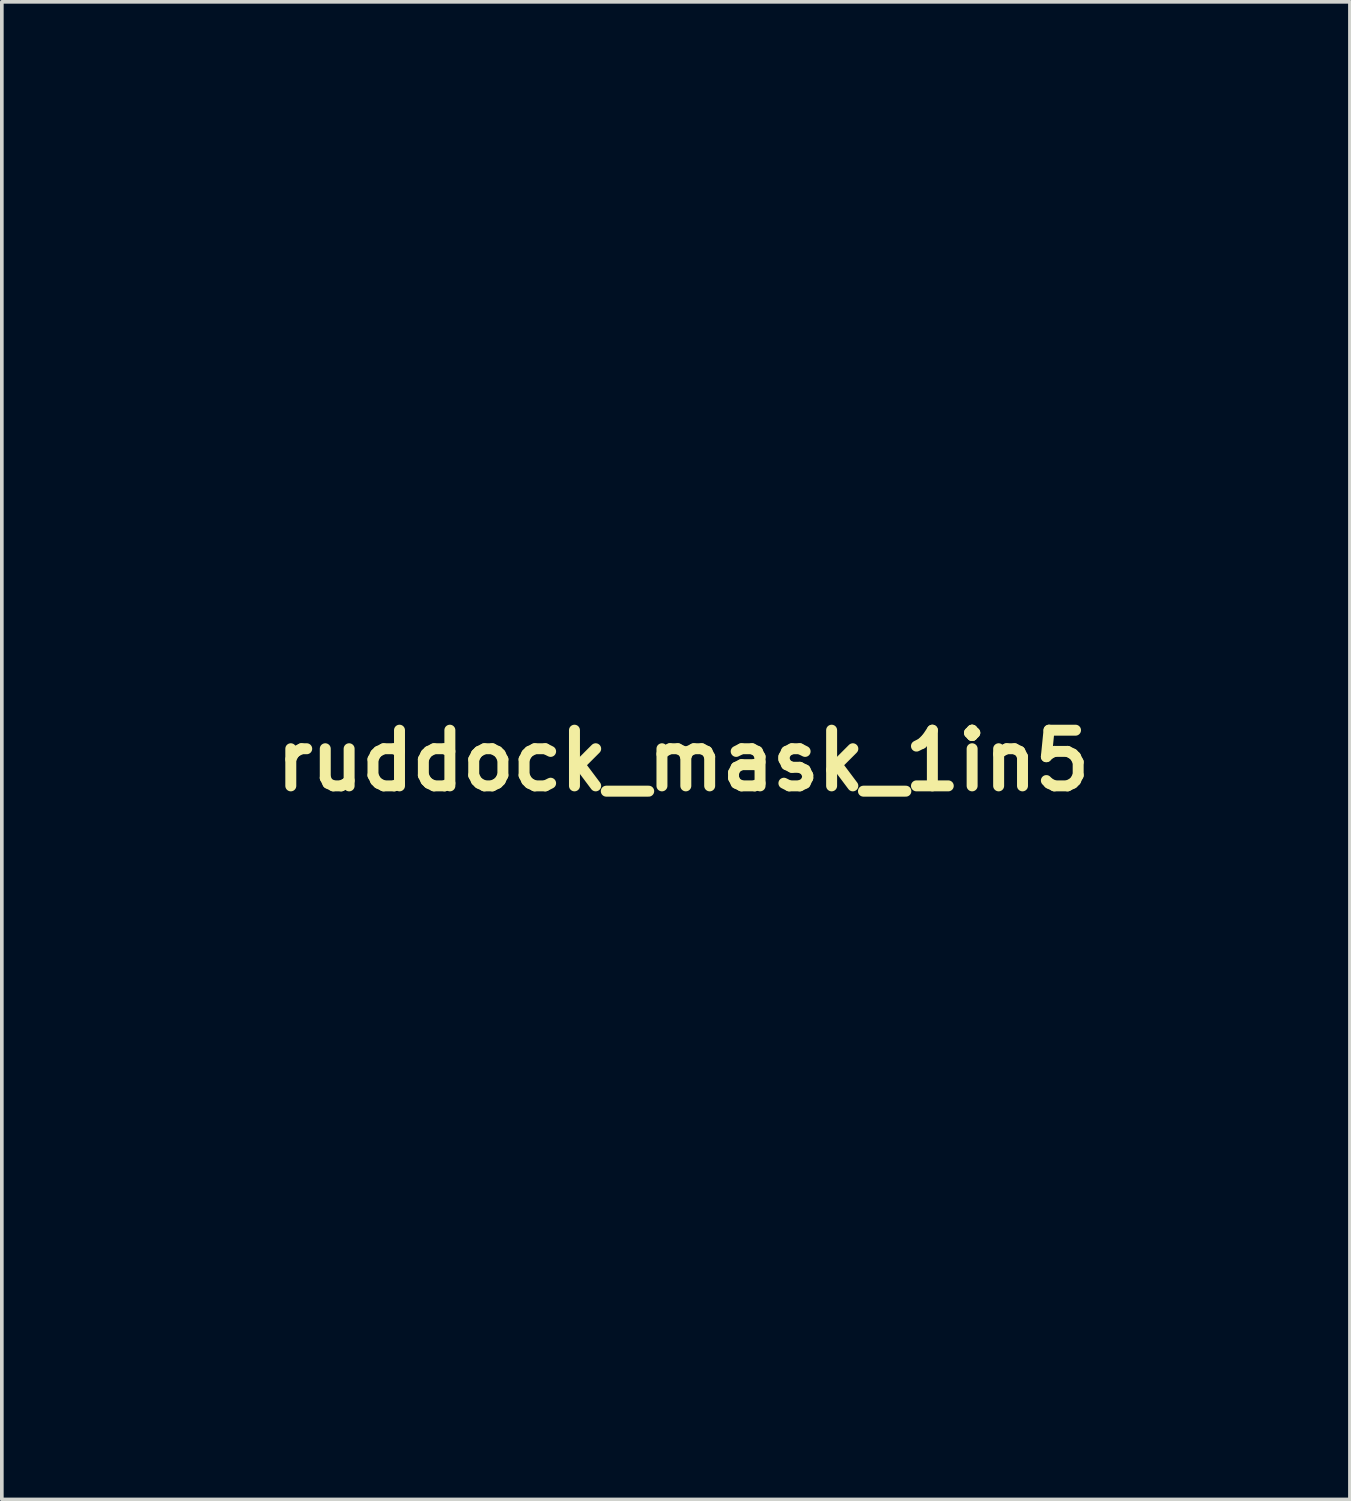
<source format=kicad_pcb>
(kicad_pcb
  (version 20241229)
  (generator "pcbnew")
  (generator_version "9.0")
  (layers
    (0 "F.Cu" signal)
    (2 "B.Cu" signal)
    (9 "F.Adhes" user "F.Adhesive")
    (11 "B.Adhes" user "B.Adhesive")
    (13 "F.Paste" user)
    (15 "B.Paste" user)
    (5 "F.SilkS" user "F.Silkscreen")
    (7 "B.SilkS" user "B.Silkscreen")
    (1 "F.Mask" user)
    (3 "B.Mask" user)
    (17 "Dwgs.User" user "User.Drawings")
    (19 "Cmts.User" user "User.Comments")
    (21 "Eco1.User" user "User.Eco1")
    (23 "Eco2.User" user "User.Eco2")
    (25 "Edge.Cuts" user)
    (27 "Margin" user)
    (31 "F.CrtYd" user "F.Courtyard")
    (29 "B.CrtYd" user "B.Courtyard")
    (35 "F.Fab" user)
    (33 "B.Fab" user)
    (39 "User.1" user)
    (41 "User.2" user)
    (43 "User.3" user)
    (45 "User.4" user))
  (footprint "ruddock_mask_1in5"
    (layer "F.Cu")
    (at 15.651 17.773)
    (property "Reference" "ruddock_mask_1in5" (at 0 0 0) (layer "F.SilkS") (effects (font (size 1.524 1.524) (thickness 0.3))))
    (attr through_hole)
    (fp_poly (pts (xy -9.817 7.021) (xy -9.693 7.072) (xy -9.518 7.156) (xy -9.314 7.262) (xy -9.097 7.382) (xy -8.887 7.504) (xy -8.703 7.619) (xy -8.586 7.7) (xy -8.406 7.846) (xy -8.237 8.009) (xy -8.124 8.14) (xy -8.038 8.266) (xy -7.993 8.37) (xy -7.981 8.491) (xy -7.992 8.671) (xy -7.993 8.687) (xy -8.015 8.853) (xy -8.055 9.091) (xy -8.11 9.376) (xy -8.174 9.68) (xy -8.207 9.83) (xy -8.279 10.153) (xy -8.329 10.403) (xy -8.36 10.604) (xy -8.374 10.783) (xy -8.376 10.963) (xy -8.37 11.125) (xy -8.34 11.468) (xy -8.275 11.75) (xy -8.162 12.007) (xy -7.989 12.278) (xy -7.923 12.366) (xy -7.806 12.533) (xy -7.758 12.651) (xy -7.786 12.743) (xy -7.896 12.83) (xy -8.077 12.928) (xy -8.358 13.041) (xy -8.634 13.08) (xy -8.919 13.057) (xy -9.282 12.959) (xy -9.58 12.784) (xy -9.816 12.529) (xy -9.993 12.191) (xy -10.01 12.146) (xy -10.076 11.987) (xy -10.139 11.876) (xy -10.183 11.836) (xy -10.253 11.87) (xy -10.355 11.955) (xy -10.383 11.983) (xy -10.515 12.089) (xy -10.687 12.165) (xy -10.917 12.216) (xy -11.223 12.247) (xy -11.411 12.256) (xy -11.875 12.274) (xy -11.78 12.144) (xy -11.728 12.034) (xy -11.672 11.856) (xy -11.621 11.641) (xy -11.607 11.566) (xy -11.54 11.235) (xy -11.462 10.98) (xy -11.365 10.777) (xy -11.317 10.701) (xy -11.281 10.619) (xy -11.328 10.561) (xy -11.348 10.548) (xy -11.687 10.303) (xy -11.947 10.021) (xy -12.106 9.765) (xy -12.285 9.475) (xy -12.478 9.252) (xy -12.673 9.108) (xy -12.79 9.064) (xy -12.91 9.036) (xy -12.979 9.018) (xy -12.981 8.992) (xy -12.908 8.947) (xy -12.783 8.892) (xy -12.63 8.837) (xy -12.471 8.789) (xy -12.33 8.759) (xy -12.306 8.756) (xy -12.15 8.748) (xy -12.026 8.774) (xy -11.888 8.848) (xy -11.828 8.888) (xy -11.663 8.982) (xy -11.444 9.088) (xy -11.215 9.183) (xy -11.179 9.197) (xy -10.802 9.307) (xy -10.477 9.344) (xy -10.211 9.309) (xy -10.007 9.203) (xy -9.883 9.047) (xy -9.822 8.862) (xy -9.785 8.6) (xy -9.772 8.282) (xy -9.784 7.932) (xy -9.822 7.572) (xy -9.823 7.57) (xy -9.852 7.349) (xy -9.871 7.168) (xy -9.878 7.048) (xy -9.874 7.012) (xy -9.817 7.021)) (stroke (width 0.01) (type solid)) (fill yes) (layer "F.Mask"))
    (fp_poly (pts (xy 9.754 6.194) (xy 9.759 6.289) (xy 9.772 6.459) (xy 9.793 6.686) (xy 9.818 6.952) (xy 9.846 7.241) (xy 9.876 7.532) (xy 9.906 7.81) (xy 9.933 8.056) (xy 9.956 8.252) (xy 9.973 8.381) (xy 9.982 8.424) (xy 10.056 8.435) (xy 10.205 8.41) (xy 10.41 8.354) (xy 10.652 8.273) (xy 10.914 8.172) (xy 11.145 8.072) (xy 11.513 7.919) (xy 11.893 7.792) (xy 12.259 7.698) (xy 12.588 7.641) (xy 12.855 7.629) (xy 12.872 7.63) (xy 13.08 7.645) (xy 12.818 7.813) (xy 12.569 8.024) (xy 12.328 8.333) (xy 12.097 8.734) (xy 11.998 8.945) (xy 11.916 9.12) (xy 11.846 9.23) (xy 11.76 9.301) (xy 11.629 9.361) (xy 11.533 9.398) (xy 11.367 9.468) (xy 11.243 9.538) (xy 11.19 9.587) (xy 11.208 9.663) (xy 11.29 9.781) (xy 11.375 9.876) (xy 11.52 10.05) (xy 11.623 10.247) (xy 11.691 10.444) (xy 11.767 10.655) (xy 11.863 10.856) (xy 11.948 10.989) (xy 12.032 11.105) (xy 12.078 11.184) (xy 12.08 11.203) (xy 12.025 11.202) (xy 11.901 11.178) (xy 11.783 11.149) (xy 11.584 11.111) (xy 11.339 11.084) (xy 11.131 11.075) (xy 10.916 11.069) (xy 10.758 11.043) (xy 10.612 10.987) (xy 10.478 10.915) (xy 10.199 10.755) (xy 10.228 10.953) (xy 10.258 11.141) (xy 10.288 11.327) (xy 10.29 11.334) (xy 10.28 11.555) (xy 10.186 11.789) (xy 10.065 11.956) (xy 9.871 12.105) (xy 9.605 12.202) (xy 9.285 12.245) (xy 8.929 12.229) (xy 8.814 12.212) (xy 8.578 12.178) (xy 8.331 12.153) (xy 8.164 12.145) (xy 7.87 12.141) (xy 8.053 11.981) (xy 8.222 11.8) (xy 8.356 11.574) (xy 8.469 11.278) (xy 8.503 11.168) (xy 8.549 10.968) (xy 8.576 10.754) (xy 8.581 10.512) (xy 8.564 10.229) (xy 8.523 9.89) (xy 8.459 9.482) (xy 8.37 8.992) (xy 8.357 8.924) (xy 8.292 8.578) (xy 8.234 8.255) (xy 8.186 7.973) (xy 8.151 7.747) (xy 8.131 7.595) (xy 8.128 7.547) (xy 8.142 7.377) (xy 8.192 7.238) (xy 8.292 7.114) (xy 8.456 6.991) (xy 8.697 6.852) (xy 8.797 6.8) (xy 9.033 6.67) (xy 9.258 6.53) (xy 9.444 6.4) (xy 9.534 6.324) (xy 9.666 6.208) (xy 9.739 6.172) (xy 9.754 6.194)) (stroke (width 0.01) (type solid)) (fill yes) (layer "F.Mask"))
    (fp_poly (pts (xy -13.483 -1.826) (xy -13.329 -1.778) (xy -13.168 -1.702) (xy -13.043 -1.654) (xy -12.899 -1.636) (xy -12.697 -1.646) (xy -12.66 -1.65) (xy -12.319 -1.684) (xy -12.178 -1.363) (xy -11.929 -0.91) (xy -11.61 -0.531) (xy -11.218 -0.221) (xy -10.85 -0.021) (xy -10.693 0.045) (xy -10.529 0.098) (xy -10.344 0.141) (xy -10.12 0.176) (xy -9.842 0.206) (xy -9.494 0.233) (xy -9.086 0.258) (xy -8.674 0.279) (xy -8.346 0.287) (xy -8.088 0.279) (xy -7.884 0.254) (xy -7.716 0.21) (xy -7.571 0.144) (xy -7.431 0.055) (xy -7.418 0.046) (xy -7.302 -0.034) (xy -7.228 -0.074) (xy -7.214 -0.074) (xy -7.246 -0.026) (xy -7.33 0.074) (xy -7.447 0.203) (xy -7.582 0.334) (xy -7.723 0.435) (xy -7.89 0.515) (xy -8.105 0.583) (xy -8.388 0.647) (xy -8.585 0.685) (xy -9.022 0.775) (xy -9.401 0.872) (xy -9.707 0.973) (xy -9.929 1.073) (xy -9.97 1.098) (xy -10.107 1.174) (xy -10.202 1.189) (xy -10.262 1.168) (xy -10.377 1.061) (xy -10.468 0.897) (xy -10.514 0.72) (xy -10.516 0.685) (xy -10.528 0.591) (xy -10.584 0.575) (xy -10.63 0.586) (xy -10.911 0.702) (xy -11.127 0.868) (xy -11.244 1.009) (xy -11.371 1.194) (xy -11.449 1.342) (xy -11.494 1.496) (xy -11.522 1.696) (xy -11.528 1.752) (xy -11.556 1.943) (xy -11.596 2.044) (xy -11.633 2.069) (xy -11.714 2.056) (xy -11.859 2.01) (xy -12.039 1.941) (xy -12.076 1.925) (xy -12.315 1.807) (xy -12.507 1.678) (xy -12.592 1.6) (xy -12.702 1.44) (xy -12.809 1.23) (xy -12.896 1.008) (xy -12.947 0.812) (xy -12.954 0.734) (xy -12.935 0.635) (xy -12.882 0.47) (xy -12.806 0.266) (xy -12.751 0.133) (xy -12.66 -0.088) (xy -12.583 -0.292) (xy -12.53 -0.449) (xy -12.515 -0.507) (xy -12.482 -0.672) (xy -12.705 -0.637) (xy -12.959 -0.571) (xy -13.216 -0.461) (xy -13.442 -0.325) (xy -13.59 -0.193) (xy -13.823 0.159) (xy -13.994 0.587) (xy -14.101 1.081) (xy -14.135 1.438) (xy -14.148 1.682) (xy -14.733 1.92) (xy -14.704 1.506) (xy -14.683 1.272) (xy -14.656 1.041) (xy -14.629 0.861) (xy -14.627 0.848) (xy -14.594 0.673) (xy -14.589 0.571) (xy -14.618 0.515) (xy -14.692 0.479) (xy -14.754 0.458) (xy -14.992 0.338) (xy -15.245 0.136) (xy -15.467 -0.099) (xy -15.577 -0.247) (xy -15.631 -0.376) (xy -15.646 -0.535) (xy -15.646 -0.568) (xy -15.646 -0.822) (xy -15.49 -0.69) (xy -15.291 -0.582) (xy -15.056 -0.567) (xy -14.784 -0.644) (xy -14.732 -0.667) (xy -14.503 -0.773) (xy -14.76 -0.863) (xy -14.942 -0.931) (xy -15.112 -1.004) (xy -15.173 -1.033) (xy -15.279 -1.104) (xy -15.395 -1.205) (xy -15.498 -1.313) (xy -15.567 -1.405) (xy -15.579 -1.456) (xy -15.509 -1.488) (xy -15.361 -1.534) (xy -15.155 -1.588) (xy -14.913 -1.646) (xy -14.657 -1.703) (xy -14.407 -1.753) (xy -14.185 -1.792) (xy -14.127 -1.8) (xy -13.852 -1.834) (xy -13.647 -1.844) (xy -13.483 -1.826)) (stroke (width 0.01) (type solid)) (fill yes) (layer "F.Mask"))
    (fp_poly (pts (xy 14.206 -2.954) (xy 14.574 -2.879) (xy 14.826 -2.812) (xy 14.822 -2.777) (xy 14.748 -2.703) (xy 14.617 -2.603) (xy 14.597 -2.59) (xy 14.402 -2.449) (xy 14.201 -2.293) (xy 14.072 -2.184) (xy 13.843 -1.981) (xy 14.122 -1.984) (xy 14.413 -2.006) (xy 14.627 -2.072) (xy 14.784 -2.189) (xy 14.872 -2.311) (xy 14.99 -2.515) (xy 14.975 -1.946) (xy 14.968 -1.698) (xy 14.957 -1.528) (xy 14.937 -1.415) (xy 14.904 -1.334) (xy 14.852 -1.265) (xy 14.808 -1.218) (xy 14.655 -1.077) (xy 14.492 -0.979) (xy 14.288 -0.908) (xy 14.084 -0.862) (xy 13.92 -0.826) (xy 13.806 -0.794) (xy 13.767 -0.774) (xy 13.798 -0.725) (xy 13.878 -0.628) (xy 13.94 -0.557) (xy 14.087 -0.331) (xy 14.183 -0.053) (xy 14.216 0.232) (xy 14.202 0.379) (xy 14.169 0.502) (xy 14.123 0.542) (xy 14.081 0.534) (xy 13.811 0.47) (xy 13.574 0.497) (xy 13.566 0.5) (xy 13.46 0.53) (xy 13.418 0.509) (xy 13.41 0.442) (xy 13.379 0.165) (xy 13.295 -0.162) (xy 13.171 -0.512) (xy 13.015 -0.854) (xy 12.84 -1.16) (xy 12.792 -1.232) (xy 12.705 -1.329) (xy 12.581 -1.438) (xy 12.445 -1.541) (xy 12.32 -1.621) (xy 12.231 -1.66) (xy 12.206 -1.657) (xy 12.2 -1.599) (xy 12.202 -1.457) (xy 12.211 -1.249) (xy 12.226 -0.99) (xy 12.241 -0.769) (xy 12.26 -0.472) (xy 12.273 -0.2) (xy 12.278 0.027) (xy 12.276 0.188) (xy 12.269 0.249) (xy 12.17 0.488) (xy 11.99 0.716) (xy 11.753 0.913) (xy 11.479 1.062) (xy 11.214 1.14) (xy 11.024 1.173) (xy 11.024 0.874) (xy 11.014 0.679) (xy 10.976 0.538) (xy 10.896 0.403) (xy 10.877 0.376) (xy 10.773 0.25) (xy 10.629 0.096) (xy 10.46 -0.074) (xy 10.282 -0.244) (xy 10.109 -0.401) (xy 9.958 -0.53) (xy 9.843 -0.617) (xy 9.779 -0.648) (xy 9.773 -0.646) (xy 9.775 -0.59) (xy 9.805 -0.479) (xy 9.811 -0.461) (xy 9.836 -0.255) (xy 9.791 -0.039) (xy 9.687 0.143) (xy 9.654 0.176) (xy 9.593 0.224) (xy 9.531 0.24) (xy 9.438 0.222) (xy 9.284 0.168) (xy 9.26 0.159) (xy 9.052 0.096) (xy 8.801 0.037) (xy 8.585 0.00034) (xy 8.091 -0.083) (xy 7.693 -0.188) (xy 7.389 -0.317) (xy 7.174 -0.47) (xy 7.142 -0.503) (xy 7.088 -0.568) (xy 7.083 -0.6) (xy 7.141 -0.598) (xy 7.275 -0.564) (xy 7.406 -0.527) (xy 7.714 -0.477) (xy 8.082 -0.48) (xy 8.485 -0.534) (xy 8.9 -0.633) (xy 9.302 -0.774) (xy 9.525 -0.876) (xy 9.746 -1.012) (xy 10.007 -1.212) (xy 10.289 -1.457) (xy 10.573 -1.729) (xy 10.841 -2.011) (xy 11.073 -2.282) (xy 11.25 -2.526) (xy 11.275 -2.566) (xy 11.349 -2.688) (xy 11.397 -2.768) (xy 11.405 -2.782) (xy 11.454 -2.775) (xy 11.566 -2.741) (xy 11.632 -2.718) (xy 11.874 -2.659) (xy 12.135 -2.649) (xy 12.437 -2.692) (xy 12.802 -2.787) (xy 12.833 -2.797) (xy 13.224 -2.905) (xy 13.562 -2.967) (xy 13.879 -2.984) (xy 14.206 -2.954)) (stroke (width 0.01) (type solid)) (fill yes) (layer "F.Mask"))
    (fp_poly (pts (xy 12.552 -1.078) (xy 12.611 -0.975) (xy 12.691 -0.818) (xy 12.782 -0.627) (xy 12.875 -0.421) (xy 12.962 -0.221) (xy 13.032 -0.046) (xy 13.078 0.084) (xy 13.083 0.102) (xy 13.134 0.339) (xy 13.152 0.561) (xy 13.138 0.803) (xy 13.09 1.098) (xy 13.071 1.193) (xy 13.037 1.367) (xy 13.016 1.506) (xy 13.011 1.637) (xy 13.022 1.784) (xy 13.049 1.976) (xy 13.092 2.238) (xy 13.1 2.283) (xy 13.185 2.729) (xy 13.272 3.087) (xy 13.364 3.366) (xy 13.465 3.579) (xy 13.536 3.684) (xy 13.665 3.821) (xy 13.858 3.973) (xy 14.124 4.147) (xy 14.472 4.348) (xy 14.724 4.484) (xy 15.246 4.762) (xy 15.053 4.839) (xy 14.721 4.947) (xy 14.419 5.002) (xy 14.168 5) (xy 14.099 4.985) (xy 13.968 4.956) (xy 13.885 4.951) (xy 13.875 4.955) (xy 13.885 5.007) (xy 13.943 5.106) (xy 13.961 5.131) (xy 14.072 5.284) (xy 14.185 5.439) (xy 14.186 5.44) (xy 14.243 5.531) (xy 14.276 5.632) (xy 14.292 5.77) (xy 14.295 5.974) (xy 14.295 6.042) (xy 14.288 6.272) (xy 14.275 6.486) (xy 14.258 6.647) (xy 14.253 6.677) (xy 14.218 6.866) (xy 13.969 6.633) (xy 13.793 6.489) (xy 13.649 6.411) (xy 13.595 6.401) (xy 13.467 6.358) (xy 13.326 6.242) (xy 13.321 6.236) (xy 13.198 6.1) (xy 13.05 5.936) (xy 12.973 5.851) (xy 12.774 5.631) (xy 12.527 5.992) (xy 12.41 6.153) (xy 12.308 6.273) (xy 12.239 6.332) (xy 12.224 6.335) (xy 12.17 6.287) (xy 12.079 6.176) (xy 11.969 6.025) (xy 11.952 6) (xy 11.839 5.828) (xy 11.774 5.699) (xy 11.744 5.572) (xy 11.736 5.409) (xy 11.736 5.343) (xy 11.751 5.113) (xy 11.79 4.847) (xy 11.838 4.626) (xy 11.912 4.295) (xy 11.935 4.052) (xy 11.907 3.894) (xy 11.896 3.874) (xy 11.833 3.858) (xy 11.719 3.901) (xy 11.578 3.987) (xy 11.429 4.103) (xy 11.296 4.234) (xy 11.254 4.286) (xy 11.18 4.401) (xy 11.126 4.541) (xy 11.081 4.731) (xy 11.043 4.965) (xy 10.999 5.222) (xy 10.944 5.482) (xy 10.886 5.701) (xy 10.865 5.766) (xy 10.801 5.926) (xy 10.711 6.125) (xy 10.606 6.341) (xy 10.498 6.551) (xy 10.397 6.734) (xy 10.315 6.869) (xy 10.263 6.933) (xy 10.262 6.934) (xy 10.235 6.901) (xy 10.201 6.79) (xy 10.167 6.623) (xy 10.162 6.591) (xy 10.128 6.384) (xy 10.085 6.116) (xy 10.037 5.827) (xy 10.005 5.631) (xy 9.966 5.395) (xy 9.934 5.197) (xy 9.913 5.056) (xy 9.905 4.996) (xy 9.884 5.016) (xy 9.832 5.108) (xy 9.758 5.254) (xy 9.75 5.269) (xy 9.584 5.55) (xy 9.374 5.814) (xy 9.14 6.04) (xy 8.905 6.206) (xy 8.763 6.271) (xy 8.456 6.385) (xy 8.23 6.499) (xy 8.066 6.63) (xy 7.945 6.797) (xy 7.846 7.016) (xy 7.8 7.15) (xy 7.745 7.314) (xy 7.709 7.394) (xy 7.683 7.403) (xy 7.658 7.355) (xy 7.655 7.347) (xy 7.613 7.193) (xy 7.573 6.963) (xy 7.536 6.682) (xy 7.505 6.376) (xy 7.484 6.072) (xy 7.475 5.793) (xy 7.476 5.646) (xy 7.485 5.398) (xy 7.501 5.217) (xy 7.532 5.07) (xy 7.585 4.923) (xy 7.669 4.742) (xy 7.717 4.644) (xy 7.903 4.311) (xy 8.105 4.041) (xy 8.239 3.899) (xy 8.537 3.607) (xy 8.326 3.607) (xy 8.063 3.558) (xy 7.816 3.419) (xy 7.594 3.201) (xy 7.408 2.915) (xy 7.265 2.572) (xy 7.179 2.215) (xy 7.163 2.089) (xy 7.178 2.039) (xy 7.238 2.042) (xy 7.269 2.051) (xy 7.58 2.115) (xy 7.817 2.111) (xy 7.975 2.043) (xy 8.1 1.941) (xy 7.917 1.865) (xy 7.794 1.793) (xy 7.693 1.679) (xy 7.592 1.497) (xy 7.449 1.206) (xy 7.618 0.893) (xy 7.719 0.682) (xy 7.764 0.523) (xy 7.763 0.417) (xy 7.751 0.306) (xy 7.755 0.254) (xy 7.756 0.254) (xy 7.799 0.285) (xy 7.906 0.37) (xy 8.065 0.498) (xy 8.263 0.659) (xy 8.418 0.787) (xy 8.636 0.966) (xy 8.826 1.119) (xy 8.976 1.235) (xy 9.071 1.305) (xy 9.098 1.321) (xy 9.135 1.278) (xy 9.164 1.198) (xy 9.211 1.112) (xy 9.315 0.977) (xy 9.459 0.813) (xy 9.576 0.691) (xy 9.957 0.306) (xy 9.957 0.641) (xy 9.961 0.827) (xy 9.981 0.946) (xy 10.028 1.033) (xy 10.114 1.122) (xy 10.114 1.122) (xy 10.28 1.242) (xy 10.485 1.32) (xy 10.747 1.359) (xy 11.083 1.365) (xy 11.176 1.361) (xy 11.477 1.339) (xy 11.709 1.293) (xy 11.9 1.212) (xy 12.083 1.083) (xy 12.234 0.947) (xy 12.4 0.771) (xy 12.516 0.597) (xy 12.589 0.404) (xy 12.622 0.174) (xy 12.619 -0.113) (xy 12.586 -0.476) (xy 12.579 -0.533) (xy 12.553 -0.759) (xy 12.534 -0.944) (xy 12.524 -1.066) (xy 12.523 -1.107) (xy 12.552 -1.078)) (stroke (width 0.01) (type solid)) (fill yes) (layer "F.Mask"))
    (fp_poly (pts (xy 0.392 -17.761) (xy 0.397 -17.701) (xy 0.381 -17.577) (xy 0.367 -17.504) (xy 0.344 -17.352) (xy 0.364 -17.281) (xy 0.433 -17.29) (xy 0.559 -17.377) (xy 0.641 -17.445) (xy 0.892 -17.609) (xy 1.159 -17.695) (xy 1.422 -17.702) (xy 1.66 -17.628) (xy 1.753 -17.567) (xy 1.855 -17.471) (xy 1.865 -17.407) (xy 1.782 -17.362) (xy 1.74 -17.35) (xy 1.586 -17.294) (xy 1.407 -17.203) (xy 1.23 -17.096) (xy 1.088 -16.991) (xy 1.011 -16.907) (xy 0.976 -16.795) (xy 1.014 -16.743) (xy 1.113 -16.753) (xy 1.263 -16.829) (xy 1.273 -16.836) (xy 1.501 -16.961) (xy 1.704 -17.003) (xy 1.913 -16.966) (xy 2.072 -16.896) (xy 2.237 -16.823) (xy 2.381 -16.775) (xy 2.446 -16.764) (xy 2.559 -16.764) (xy 2.455 -16.667) (xy 2.383 -16.578) (xy 2.282 -16.428) (xy 2.172 -16.242) (xy 2.138 -16.182) (xy 1.94 -15.879) (xy 1.733 -15.677) (xy 1.516 -15.576) (xy 1.29 -15.574) (xy 1.139 -15.626) (xy 1.016 -15.68) (xy 0.949 -15.686) (xy 0.901 -15.646) (xy 0.891 -15.632) (xy 0.837 -15.577) (xy 0.783 -15.598) (xy 0.746 -15.634) (xy 0.663 -15.687) (xy 0.605 -15.662) (xy 0.517 -15.632) (xy 0.349 -15.626) (xy 0.236 -15.632) (xy -0.076 -15.658) (xy 0.096 -15.527) (xy 0.393 -15.252) (xy 0.671 -14.901) (xy 0.916 -14.498) (xy 1.113 -14.069) (xy 1.246 -13.639) (xy 1.25 -13.625) (xy 1.287 -13.432) (xy 1.308 -13.25) (xy 1.313 -13.047) (xy 1.303 -12.793) (xy 1.291 -12.601) (xy 1.258 -11.964) (xy 1.248 -11.35) (xy 1.26 -10.77) (xy 1.294 -10.238) (xy 1.348 -9.764) (xy 1.421 -9.362) (xy 1.513 -9.044) (xy 1.552 -8.949) (xy 1.744 -8.6) (xy 1.966 -8.345) (xy 2.226 -8.178) (xy 2.531 -8.092) (xy 2.75 -8.077) (xy 3.021 -8.097) (xy 3.23 -8.162) (xy 3.265 -8.179) (xy 3.38 -8.235) (xy 3.447 -8.257) (xy 3.454 -8.253) (xy 3.433 -8.197) (xy 3.379 -8.079) (xy 3.33 -7.981) (xy 3.167 -7.73) (xy 2.973 -7.549) (xy 2.764 -7.453) (xy 2.729 -7.446) (xy 2.38 -7.404) (xy 2.092 -7.396) (xy 1.829 -7.423) (xy 1.829 -7.423) (xy 1.424 -7.523) (xy 1.093 -7.68) (xy 0.983 -7.757) (xy 0.809 -7.889) (xy 0.163 -7.753) (xy -0.106 -7.698) (xy -0.302 -7.662) (xy -0.451 -7.646) (xy -0.579 -7.647) (xy -0.712 -7.663) (xy -0.864 -7.69) (xy -1.071 -7.734) (xy -1.256 -7.779) (xy -1.382 -7.817) (xy -1.388 -7.819) (xy -1.484 -7.844) (xy -1.574 -7.828) (xy -1.693 -7.762) (xy -1.757 -7.719) (xy -2.014 -7.56) (xy -2.248 -7.466) (xy -2.498 -7.424) (xy -2.688 -7.417) (xy -3.184 -7.454) (xy -3.619 -7.566) (xy -3.835 -7.66) (xy -4.089 -7.789) (xy -3.912 -7.834) (xy -3.555 -7.932) (xy -3.279 -8.032) (xy -3.066 -8.151) (xy -2.901 -8.304) (xy -2.768 -8.508) (xy -2.651 -8.776) (xy -2.535 -9.125) (xy -2.509 -9.211) (xy -2.464 -9.37) (xy -2.43 -9.528) (xy -2.403 -9.705) (xy -2.381 -9.92) (xy -2.363 -10.191) (xy -2.346 -10.537) (xy -2.338 -10.719) (xy -2.323 -11.107) (xy -2.308 -11.523) (xy -2.296 -11.932) (xy -2.286 -12.304) (xy -2.28 -12.59) (xy -2.277 -12.906) (xy -2.28 -13.134) (xy -2.295 -13.289) (xy -2.325 -13.385) (xy -2.375 -13.437) (xy -2.449 -13.457) (xy -2.543 -13.461) (xy -2.653 -13.476) (xy -2.801 -13.512) (xy -2.963 -13.563) (xy -3.117 -13.619) (xy -3.239 -13.671) (xy -3.305 -13.713) (xy -3.302 -13.732) (xy -3.222 -13.745) (xy -3.065 -13.759) (xy -2.856 -13.772) (xy -2.678 -13.78) (xy -2.368 -13.8) (xy -2.158 -13.833) (xy -2.047 -13.879) (xy -2.037 -13.938) (xy -2.052 -13.956) (xy -2.115 -13.972) (xy -2.259 -13.988) (xy -2.464 -14.001) (xy -2.711 -14.011) (xy -2.76 -14.013) (xy -3.012 -14.022) (xy -3.228 -14.035) (xy -3.386 -14.051) (xy -3.467 -14.067) (xy -3.472 -14.07) (xy -3.466 -14.106) (xy -3.379 -14.131) (xy -3.229 -14.147) (xy -3.036 -14.151) (xy -2.82 -14.145) (xy -2.6 -14.128) (xy -2.395 -14.099) (xy -2.368 -14.094) (xy -2.128 -14.051) (xy -1.972 -14.037) (xy -1.886 -14.05) (xy -1.869 -14.061) (xy -1.871 -14.114) (xy -1.957 -14.178) (xy -2.11 -14.247) (xy -2.316 -14.317) (xy -2.557 -14.385) (xy -2.818 -14.444) (xy -3.081 -14.491) (xy -3.332 -14.52) (xy -3.516 -14.529) (xy -3.67 -14.508) (xy -3.861 -14.453) (xy -3.986 -14.405) (xy -4.266 -14.281) (xy -4.19 -14.468) (xy -4.03 -14.731) (xy -3.798 -14.934) (xy -3.512 -15.063) (xy -3.424 -15.084) (xy -3.137 -15.142) (xy -2.933 -15.197) (xy -2.794 -15.252) (xy -2.702 -15.317) (xy -2.655 -15.372) (xy -2.516 -15.566) (xy -2.411 -15.69) (xy -2.32 -15.76) (xy -1.451 -15.76) (xy -1.401 -15.752) (xy -1.335 -15.761) (xy -1.335 -15.779) (xy -1.403 -15.791) (xy -1.432 -15.783) (xy -1.451 -15.76) (xy -2.32 -15.76) (xy -2.318 -15.762) (xy -2.218 -15.795) (xy -2.087 -15.807) (xy -2.066 -15.807) (xy -1.927 -15.813) (xy -1.886 -15.82) (xy -1.936 -15.829) (xy -1.994 -15.836) (xy -2.12 -15.858) (xy -2.173 -15.905) (xy -2.184 -15.998) (xy -2.154 -16.115) (xy -2.08 -16.245) (xy -1.986 -16.354) (xy -1.899 -16.407) (xy -1.888 -16.408) (xy -1.839 -16.366) (xy -1.814 -16.307) (xy -1.765 -16.22) (xy -1.681 -16.224) (xy -1.559 -16.318) (xy -1.547 -16.33) (xy -1.464 -16.44) (xy -1.428 -16.577) (xy -1.422 -16.702) (xy -1.409 -16.879) (xy -1.36 -16.998) (xy -1.305 -17.06) (xy -1.139 -17.151) (xy -0.942 -17.159) (xy -0.762 -17.094) (xy -0.629 -17.032) (xy -0.55 -17.045) (xy -0.505 -17.142) (xy -0.486 -17.241) (xy -0.444 -17.4) (xy -0.378 -17.527) (xy -0.355 -17.552) (xy -0.268 -17.602) (xy -0.126 -17.656) (xy 0.042 -17.708) (xy 0.205 -17.748) (xy 0.332 -17.768) (xy 0.392 -17.761)) (stroke (width 0.01) (type solid)) (fill yes) (layer "F.Mask"))
    (fp_poly (pts (xy 10.013 -13.511) (xy 10.032 -13.398) (xy 10.046 -13.221) (xy 10.053 -13.019) (xy 10.053 -13.016) (xy 10.048 -12.786) (xy 10.019 -12.611) (xy 9.958 -12.449) (xy 9.934 -12.399) (xy 9.78 -12.172) (xy 9.58 -11.982) (xy 9.359 -11.848) (xy 9.14 -11.787) (xy 9.102 -11.786) (xy 8.965 -11.774) (xy 8.876 -11.746) (xy 8.865 -11.736) (xy 8.871 -11.666) (xy 8.92 -11.545) (xy 8.964 -11.464) (xy 9.067 -11.235) (xy 9.085 -11.024) (xy 9.018 -10.806) (xy 8.915 -10.631) (xy 8.81 -10.455) (xy 8.755 -10.299) (xy 8.75 -10.133) (xy 8.792 -9.929) (xy 8.856 -9.724) (xy 8.894 -9.611) (xy 8.922 -9.507) (xy 8.942 -9.398) (xy 8.955 -9.268) (xy 8.961 -9.102) (xy 8.963 -8.884) (xy 8.96 -8.6) (xy 8.954 -8.233) (xy 8.952 -8.127) (xy 8.928 -6.881) (xy 9.082 -6.577) (xy 9.18 -6.4) (xy 9.278 -6.246) (xy 9.345 -6.159) (xy 9.466 -6.047) (xy 9.589 -5.957) (xy 9.688 -5.906) (xy 9.733 -5.906) (xy 9.767 -5.988) (xy 9.797 -6.149) (xy 9.823 -6.368) (xy 9.842 -6.623) (xy 9.853 -6.891) (xy 9.854 -7.152) (xy 9.845 -7.367) (xy 9.827 -7.92) (xy 9.856 -8.435) (xy 9.93 -8.895) (xy 10.047 -9.282) (xy 10.082 -9.365) (xy 10.198 -9.592) (xy 10.302 -9.733) (xy 10.385 -9.793) (xy 10.484 -9.837) (xy 10.531 -9.855) (xy 10.537 -9.81) (xy 10.541 -9.696) (xy 10.542 -9.639) (xy 10.57 -9.451) (xy 10.656 -9.214) (xy 10.745 -9.027) (xy 10.841 -8.848) (xy 10.924 -8.709) (xy 10.981 -8.63) (xy 10.994 -8.621) (xy 11.035 -8.658) (xy 11.09 -8.765) (xy 11.121 -8.848) (xy 11.165 -8.959) (xy 11.222 -9.05) (xy 11.311 -9.139) (xy 11.45 -9.244) (xy 11.656 -9.383) (xy 11.667 -9.39) (xy 11.901 -9.555) (xy 12.098 -9.714) (xy 12.234 -9.85) (xy 12.264 -9.889) (xy 12.395 -10.082) (xy 12.395 -9.866) (xy 12.415 -9.7) (xy 12.467 -9.494) (xy 12.52 -9.343) (xy 12.595 -9.121) (xy 12.655 -8.88) (xy 12.678 -8.74) (xy 12.692 -8.558) (xy 12.676 -8.425) (xy 12.62 -8.293) (xy 12.573 -8.208) (xy 12.501 -8.072) (xy 12.464 -7.972) (xy 12.465 -7.939) (xy 12.524 -7.939) (xy 12.66 -7.964) (xy 12.852 -8.008) (xy 13.069 -8.065) (xy 13.361 -8.143) (xy 13.649 -8.213) (xy 13.911 -8.271) (xy 14.124 -8.311) (xy 14.267 -8.33) (xy 14.288 -8.331) (xy 14.276 -8.3) (xy 14.203 -8.219) (xy 14.084 -8.103) (xy 14.063 -8.083) (xy 13.85 -7.852) (xy 13.639 -7.546) (xy 13.517 -7.334) (xy 13.385 -7.099) (xy 13.268 -6.903) (xy 13.15 -6.726) (xy 13.018 -6.55) (xy 12.857 -6.356) (xy 12.653 -6.125) (xy 12.419 -5.867) (xy 12.162 -5.576) (xy 11.97 -5.328) (xy 11.831 -5.1) (xy 11.733 -4.868) (xy 11.664 -4.608) (xy 11.612 -4.298) (xy 11.605 -4.248) (xy 11.509 -3.753) (xy 11.35 -3.282) (xy 11.268 -3.09) (xy 11.19 -2.936) (xy 11.101 -2.798) (xy 10.985 -2.653) (xy 10.825 -2.479) (xy 10.647 -2.296) (xy 10.324 -1.984) (xy 9.988 -1.692) (xy 9.655 -1.432) (xy 9.34 -1.216) (xy 9.06 -1.055) (xy 8.844 -0.964) (xy 8.65 -0.913) (xy 8.405 -0.86) (xy 8.16 -0.816) (xy 8.142 -0.814) (xy 7.725 -0.75) (xy 7.266 -0.934) (xy 6.966 -1.071) (xy 6.615 -1.265) (xy 6.207 -1.518) (xy 5.736 -1.834) (xy 5.207 -2.209) (xy 4.994 -2.361) (xy 4.795 -2.497) (xy 4.633 -2.603) (xy 4.534 -2.662) (xy 4.369 -2.746) (xy 4.369 -2.571) (xy 4.374 -2.479) (xy 4.403 -2.416) (xy 4.476 -2.363) (xy 4.615 -2.303) (xy 4.713 -2.265) (xy 4.866 -2.201) (xy 5 -2.127) (xy 5.136 -2.028) (xy 5.294 -1.889) (xy 5.495 -1.694) (xy 5.551 -1.637) (xy 5.779 -1.402) (xy 5.942 -1.216) (xy 6.054 -1.061) (xy 6.129 -0.92) (xy 6.147 -0.874) (xy 6.203 -0.72) (xy 6.24 -0.604) (xy 6.248 -0.564) (xy 6.208 -0.501) (xy 6.095 -0.491) (xy 5.925 -0.534) (xy 5.804 -0.583) (xy 5.622 -0.664) (xy 5.512 -0.7) (xy 5.457 -0.69) (xy 5.438 -0.633) (xy 5.436 -0.57) (xy 5.465 -0.453) (xy 5.56 -0.315) (xy 5.682 -0.185) (xy 5.814 -0.049) (xy 5.884 0.047) (xy 5.907 0.129) (xy 5.897 0.22) (xy 5.843 0.337) (xy 5.738 0.393) (xy 5.572 0.388) (xy 5.337 0.321) (xy 5.164 0.254) (xy 4.784 0.096) (xy 4.7 -0.295) (xy 4.659 -0.486) (xy 4.624 -0.64) (xy 4.603 -0.729) (xy 4.601 -0.737) (xy 4.574 -0.718) (xy 4.518 -0.624) (xy 4.441 -0.474) (xy 4.41 -0.408) (xy 4.236 -0.028) (xy 3.823 -0.635) (xy 3.849 -1.249) (xy 3.858 -1.512) (xy 3.859 -1.69) (xy 3.851 -1.802) (xy 3.831 -1.863) (xy 3.799 -1.892) (xy 3.791 -1.895) (xy 3.738 -1.899) (xy 3.713 -1.839) (xy 3.708 -1.723) (xy 3.661 -1.479) (xy 3.591 -1.345) (xy 3.473 -1.172) (xy 3.366 -1.393) (xy 3.311 -1.519) (xy 3.284 -1.637) (xy 3.28 -1.781) (xy 3.296 -1.986) (xy 3.299 -2.013) (xy 3.34 -2.413) (xy 3.174 -2.584) (xy 3.009 -2.755) (xy 2.749 -2.61) (xy 2.594 -2.512) (xy 2.514 -2.431) (xy 2.489 -2.344) (xy 2.489 -2.335) (xy 2.522 -2.177) (xy 2.616 -1.948) (xy 2.77 -1.654) (xy 2.979 -1.3) (xy 3.241 -0.895) (xy 3.342 -0.746) (xy 3.535 -0.458) (xy 3.678 -0.236) (xy 3.78 -0.059) (xy 3.85 0.089) (xy 3.9 0.225) (xy 3.934 0.356) (xy 3.975 0.569) (xy 4.004 0.774) (xy 4.013 0.912) (xy 4.013 1.118) (xy 6.909 1.118) (xy 6.909 7.444) (xy 6.909 13.77) (xy 6.787 14.011) (xy 6.666 14.221) (xy 6.512 14.45) (xy 6.345 14.669) (xy 6.186 14.852) (xy 6.06 14.968) (xy 5.847 15.102) (xy 5.549 15.256) (xy 5.182 15.423) (xy 4.759 15.599) (xy 4.295 15.777) (xy 3.804 15.951) (xy 3.3 16.116) (xy 3.099 16.177) (xy 2.582 16.334) (xy 2.152 16.468) (xy 1.8 16.582) (xy 1.514 16.682) (xy 1.284 16.77) (xy 1.101 16.851) (xy 0.953 16.93) (xy 0.83 17.009) (xy 0.724 17.091) (xy 0.615 17.173) (xy 0.538 17.215) (xy 0.526 17.217) (xy 0.464 17.197) (xy 0.33 17.144) (xy 0.144 17.067) (xy -0.051 16.985) (xy -0.319 16.874) (xy -0.562 16.786) (xy -0.8 16.715) (xy -1.058 16.654) (xy -1.357 16.599) (xy -1.721 16.544) (xy -1.991 16.508) (xy -2.528 16.429) (xy -2.998 16.344) (xy -3.436 16.243) (xy -3.875 16.119) (xy -4.325 15.972) (xy -4.955 15.741) (xy -5.494 15.508) (xy -5.953 15.266) (xy -6.344 15.008) (xy -6.677 14.727) (xy -6.963 14.414) (xy -7.17 14.132) (xy -7.416 13.76) (xy -7.429 8.315) (xy -7.442 3.012) (xy -5.029 3.012) (xy -5.015 3.075) (xy -4.96 3.135) (xy -4.848 3.203) (xy -4.662 3.293) (xy -4.595 3.324) (xy -4.332 3.461) (xy -4.113 3.609) (xy -3.955 3.758) (xy -3.87 3.893) (xy -3.861 3.946) (xy -3.823 4.005) (xy -3.724 4.103) (xy -3.583 4.221) (xy -3.565 4.235) (xy -3.343 4.423) (xy -3.165 4.607) (xy -3.045 4.771) (xy -2.998 4.899) (xy -2.997 4.908) (xy -2.962 4.993) (xy -2.872 5.107) (xy -2.819 5.159) (xy -2.691 5.309) (xy -2.642 5.442) (xy -2.642 5.449) (xy -2.6 5.571) (xy -2.47 5.691) (xy -2.463 5.696) (xy -2.341 5.802) (xy -2.261 5.915) (xy -2.251 5.942) (xy -2.242 6.1) (xy -2.272 6.31) (xy -2.331 6.533) (xy -2.412 6.732) (xy -2.444 6.791) (xy -2.543 6.909) (xy -2.706 7.061) (xy -2.911 7.231) (xy -3.136 7.4) (xy -3.359 7.552) (xy -3.557 7.669) (xy -3.593 7.687) (xy -3.73 7.749) (xy -3.823 7.765) (xy -3.918 7.738) (xy -3.989 7.706) (xy -4.138 7.649) (xy -4.27 7.621) (xy -4.286 7.62) (xy -4.383 7.654) (xy -4.521 7.744) (xy -4.676 7.869) (xy -4.826 8.008) (xy -4.948 8.142) (xy -5.019 8.249) (xy -5.029 8.286) (xy -4.99 8.386) (xy -4.893 8.424) (xy -4.77 8.391) (xy -4.765 8.387) (xy -4.709 8.358) (xy -4.712 8.382) (xy -4.775 8.473) (xy -4.782 8.481) (xy -4.853 8.612) (xy -4.836 8.694) (xy -4.73 8.73) (xy -4.591 8.728) (xy -4.46 8.726) (xy -4.391 8.761) (xy -4.347 8.855) (xy -4.343 8.865) (xy -4.263 8.994) (xy -4.151 9.034) (xy -4.031 8.98) (xy -3.981 8.926) (xy -3.911 8.844) (xy -3.854 8.836) (xy -3.762 8.895) (xy -3.76 8.896) (xy -3.615 8.963) (xy -3.491 8.951) (xy -3.411 8.867) (xy -3.394 8.795) (xy -3.383 8.636) (xy -3.376 8.534) (xy -3.366 8.411) (xy -3.36 8.345) (xy -3.312 8.29) (xy -3.194 8.211) (xy -3.028 8.12) (xy -2.839 8.03) (xy -2.65 7.953) (xy -2.579 7.928) (xy -2.46 7.897) (xy -2.362 7.902) (xy -2.243 7.949) (xy -2.137 8.004) (xy -1.935 8.13) (xy -1.69 8.305) (xy -1.43 8.507) (xy -1.183 8.715) (xy -0.978 8.905) (xy -0.899 8.988) (xy -0.784 9.12) (xy -0.721 9.216) (xy -0.72 9.28) (xy -0.789 9.319) (xy -0.937 9.339) (xy -1.171 9.346) (xy -1.396 9.347) (xy -2.08 9.347) (xy -2.169 9.483) (xy -2.235 9.639) (xy -2.252 9.844) (xy -2.221 10.11) (xy -2.14 10.451) (xy -2.132 10.478) (xy -2.074 10.693) (xy -2.043 10.836) (xy -2.038 10.932) (xy -2.057 11.006) (xy -2.085 11.063) (xy -2.222 11.213) (xy -2.423 11.319) (xy -2.655 11.372) (xy -2.886 11.363) (xy -3.015 11.323) (xy -3.131 11.229) (xy -3.221 11.089) (xy -3.251 10.97) (xy -3.277 10.899) (xy -3.341 10.784) (xy -3.365 10.748) (xy -3.512 10.6) (xy -3.694 10.547) (xy -3.906 10.589) (xy -3.95 10.608) (xy -4.077 10.683) (xy -4.111 10.744) (xy -4.064 10.795) (xy -4.015 10.857) (xy -4.062 10.913) (xy -4.153 10.946) (xy -4.293 10.997) (xy -4.446 11.076) (xy -4.458 11.083) (xy -4.588 11.199) (xy -4.62 11.321) (xy -4.553 11.438) (xy -4.473 11.497) (xy -4.386 11.556) (xy -4.346 11.62) (xy -4.341 11.724) (xy -4.354 11.846) (xy -4.368 11.998) (xy -4.36 12.07) (xy -4.326 12.083) (xy -4.305 12.077) (xy -4.222 12.06) (xy -4.064 12.04) (xy -3.86 12.02) (xy -3.751 12.012) (xy -3.517 11.997) (xy -3.344 11.999) (xy -3.192 12.021) (xy -3.02 12.069) (xy -2.837 12.132) (xy -2.397 12.287) (xy -2.145 12.191) (xy -1.983 12.139) (xy -1.843 12.12) (xy -1.674 12.133) (xy -1.568 12.149) (xy -1.373 12.175) (xy -1.228 12.172) (xy -1.088 12.137) (xy -0.991 12.101) (xy -0.844 12.038) (xy -0.768 11.981) (xy -0.739 11.901) (xy -0.733 11.778) (xy -0.728 11.542) (xy -0.717 11.387) (xy -0.695 11.293) (xy -0.654 11.239) (xy -0.588 11.205) (xy -0.546 11.189) (xy -0.379 11.14) (xy -0.196 11.098) (xy -0.182 11.096) (xy -0.057 11.078) (xy -0.009 11.091) (xy -0.015 11.142) (xy -0.019 11.151) (xy -0.029 11.263) (xy -0.005 11.4) (xy 0.02 11.52) (xy 0.045 11.709) (xy 0.068 11.935) (xy 0.077 12.047) (xy 0.11 12.537) (xy 0.322 12.686) (xy 0.476 12.774) (xy 0.688 12.855) (xy 0.976 12.937) (xy 1.143 12.978) (xy 1.462 13.059) (xy 1.698 13.142) (xy 1.866 13.24) (xy 1.984 13.367) (xy 2.068 13.538) (xy 2.135 13.767) (xy 2.148 13.822) (xy 2.2 14.048) (xy 2.226 14.2) (xy 2.226 14.3) (xy 2.199 14.372) (xy 2.145 14.44) (xy 2.13 14.456) (xy 2.046 14.528) (xy 1.957 14.541) (xy 1.849 14.514) (xy 1.748 14.489) (xy 1.671 14.497) (xy 1.586 14.551) (xy 1.465 14.664) (xy 1.445 14.684) (xy 1.33 14.809) (xy 1.256 14.912) (xy 1.24 14.966) (xy 1.23 15.048) (xy 1.185 15.136) (xy 1.131 15.292) (xy 1.14 15.421) (xy 1.173 15.539) (xy 1.235 15.587) (xy 1.349 15.596) (xy 1.465 15.608) (xy 1.523 15.637) (xy 1.524 15.643) (xy 1.567 15.733) (xy 1.671 15.812) (xy 1.795 15.849) (xy 1.807 15.85) (xy 1.902 15.827) (xy 1.93 15.74) (xy 1.93 15.729) (xy 1.962 15.607) (xy 2.008 15.543) (xy 2.073 15.512) (xy 2.146 15.542) (xy 2.227 15.613) (xy 2.343 15.715) (xy 2.407 15.737) (xy 2.434 15.679) (xy 2.438 15.59) (xy 2.447 15.483) (xy 2.49 15.452) (xy 2.573 15.466) (xy 2.707 15.5) (xy 2.675 15.227) (xy 2.66 15.067) (xy 2.672 14.97) (xy 2.727 14.895) (xy 2.839 14.807) (xy 3.035 14.599) (xy 3.146 14.337) (xy 3.171 14.024) (xy 3.165 13.954) (xy 3.157 13.763) (xy 3.18 13.658) (xy 3.194 13.644) (xy 3.245 13.56) (xy 3.248 13.43) (xy 3.207 13.297) (xy 3.142 13.212) (xy 3.032 13.123) (xy 3.153 12.961) (xy 3.227 12.852) (xy 3.244 12.774) (xy 3.209 12.681) (xy 3.183 12.632) (xy 3.127 12.515) (xy 3.123 12.432) (xy 3.17 12.33) (xy 3.183 12.308) (xy 3.238 12.192) (xy 3.235 12.117) (xy 3.205 12.07) (xy 3.105 12.002) (xy 2.996 11.997) (xy 2.919 12.054) (xy 2.914 12.065) (xy 2.844 12.119) (xy 2.71 12.141) (xy 2.543 12.134) (xy 2.374 12.097) (xy 2.255 12.045) (xy 2.119 11.94) (xy 2.07 11.835) (xy 2.11 11.715) (xy 2.238 11.566) (xy 2.292 11.516) (xy 2.419 11.387) (xy 2.509 11.274) (xy 2.54 11.204) (xy 2.561 11.174) (xy 2.631 11.206) (xy 2.76 11.303) (xy 2.807 11.342) (xy 3.028 11.514) (xy 3.209 11.612) (xy 3.377 11.645) (xy 3.555 11.62) (xy 3.673 11.58) (xy 3.852 11.511) (xy 3.984 11.449) (xy 4.076 11.377) (xy 4.136 11.28) (xy 4.172 11.141) (xy 4.19 10.944) (xy 4.198 10.674) (xy 4.201 10.43) (xy 4.205 10.064) (xy 4.205 9.786) (xy 4.197 9.584) (xy 4.18 9.447) (xy 4.154 9.36) (xy 4.114 9.312) (xy 4.061 9.291) (xy 4.037 9.287) (xy 3.916 9.271) (xy 4.013 9.054) (xy 4.076 8.84) (xy 4.05 8.675) (xy 3.936 8.56) (xy 3.861 8.527) (xy 3.765 8.483) (xy 3.721 8.417) (xy 3.709 8.294) (xy 3.708 8.248) (xy 3.692 8.074) (xy 3.651 7.902) (xy 3.595 7.761) (xy 3.534 7.68) (xy 3.508 7.671) (xy 3.479 7.623) (xy 3.461 7.488) (xy 3.454 7.293) (xy 3.448 7.106) (xy 3.43 6.961) (xy 3.405 6.885) (xy 3.401 6.882) (xy 3.325 6.884) (xy 3.219 6.934) (xy 3.121 6.985) (xy 3.063 6.992) (xy 3.063 6.992) (xy 3.022 6.893) (xy 3.006 6.719) (xy 3.012 6.496) (xy 3.039 6.245) (xy 3.083 5.992) (xy 3.142 5.759) (xy 3.198 5.607) (xy 3.339 5.359) (xy 3.522 5.14) (xy 3.727 4.966) (xy 3.934 4.856) (xy 4.091 4.826) (xy 4.241 4.872) (xy 4.388 4.996) (xy 4.51 5.175) (xy 4.575 5.339) (xy 4.615 5.564) (xy 4.637 5.861) (xy 4.64 6.203) (xy 4.625 6.562) (xy 4.593 6.911) (xy 4.552 7.18) (xy 4.508 7.425) (xy 4.487 7.6) (xy 4.488 7.731) (xy 4.508 7.847) (xy 4.52 7.891) (xy 4.586 8.078) (xy 4.671 8.271) (xy 4.761 8.448) (xy 4.847 8.586) (xy 4.915 8.664) (xy 4.943 8.674) (xy 4.997 8.607) (xy 5.016 8.47) (xy 5.001 8.291) (xy 4.952 8.094) (xy 4.93 8.033) (xy 4.873 7.884) (xy 4.835 7.778) (xy 4.826 7.744) (xy 4.864 7.755) (xy 4.959 7.81) (xy 5.026 7.853) (xy 5.183 7.938) (xy 5.282 7.943) (xy 5.328 7.868) (xy 5.334 7.797) (xy 5.3 7.693) (xy 5.189 7.58) (xy 5.105 7.518) (xy 4.95 7.386) (xy 4.878 7.264) (xy 4.896 7.163) (xy 4.908 7.148) (xy 4.968 7.15) (xy 5.083 7.191) (xy 5.145 7.221) (xy 5.349 7.325) (xy 5.318 7.155) (xy 5.291 7.031) (xy 5.245 6.841) (xy 5.188 6.618) (xy 5.158 6.505) (xy 5.078 6.147) (xy 5.035 5.814) (xy 5.029 5.667) (xy 5.013 5.342) (xy 4.961 5.089) (xy 4.864 4.882) (xy 4.733 4.715) (xy 4.505 4.54) (xy 4.243 4.451) (xy 3.96 4.448) (xy 3.672 4.528) (xy 3.392 4.689) (xy 3.151 4.913) (xy 3.005 5.087) (xy 2.9 5.241) (xy 2.819 5.407) (xy 2.746 5.617) (xy 2.688 5.822) (xy 2.638 6.024) (xy 2.608 6.208) (xy 2.596 6.407) (xy 2.598 6.655) (xy 2.604 6.805) (xy 2.615 7.013) (xy 2.631 7.199) (xy 2.656 7.375) (xy 2.695 7.558) (xy 2.751 7.761) (xy 2.828 7.998) (xy 2.931 8.285) (xy 3.064 8.635) (xy 3.23 9.063) (xy 3.254 9.126) (xy 3.382 9.457) (xy 3.504 9.783) (xy 3.613 10.083) (xy 3.702 10.335) (xy 3.762 10.517) (xy 3.769 10.541) (xy 3.884 10.933) (xy 3.765 11.029) (xy 3.612 11.111) (xy 3.451 11.111) (xy 3.273 11.026) (xy 3.072 10.852) (xy 2.87 10.622) (xy 2.718 10.423) (xy 2.623 10.265) (xy 2.567 10.116) (xy 2.542 10) (xy 2.502 9.786) (xy 2.458 9.646) (xy 2.393 9.55) (xy 2.292 9.47) (xy 2.227 9.43) (xy 2.12 9.344) (xy 1.97 9.192) (xy 1.792 8.992) (xy 1.599 8.762) (xy 1.407 8.52) (xy 1.231 8.284) (xy 1.085 8.071) (xy 1.033 7.988) (xy 0.881 7.656) (xy 0.798 7.303) (xy 0.786 6.954) (xy 0.849 6.635) (xy 0.892 6.528) (xy 0.93 6.454) (xy 0.948 6.443) (xy 0.951 6.505) (xy 0.941 6.652) (xy 0.936 6.718) (xy 0.924 6.89) (xy 0.923 7.013) (xy 0.932 7.061) (xy 0.933 7.061) (xy 0.953 7.015) (xy 0.991 6.888) (xy 1.039 6.7) (xy 1.094 6.469) (xy 1.099 6.451) (xy 1.159 6.195) (xy 1.205 6.023) (xy 1.243 5.921) (xy 1.279 5.874) (xy 1.318 5.867) (xy 1.33 5.87) (xy 1.391 5.874) (xy 1.418 5.818) (xy 1.424 5.706) (xy 1.426 5.512) (xy 1.513 5.664) (xy 1.6 5.817) (xy 1.63 5.537) (xy 1.647 5.395) (xy 1.658 5.35) (xy 1.665 5.396) (xy 1.668 5.448) (xy 1.683 5.571) (xy 1.709 5.636) (xy 1.717 5.639) (xy 1.751 5.594) (xy 1.806 5.476) (xy 1.873 5.306) (xy 1.895 5.245) (xy 1.953 5.083) (xy 1.992 4.984) (xy 2.006 4.961) (xy 2.003 4.978) (xy 1.964 5.183) (xy 1.946 5.358) (xy 1.945 5.491) (xy 1.96 5.571) (xy 1.988 5.586) (xy 2.028 5.523) (xy 2.076 5.372) (xy 2.129 5.193) (xy 2.172 5.097) (xy 2.198 5.088) (xy 2.205 5.171) (xy 2.198 5.264) (xy 2.186 5.418) (xy 2.194 5.476) (xy 2.22 5.441) (xy 2.264 5.314) (xy 2.324 5.099) (xy 2.392 4.825) (xy 2.47 4.474) (xy 2.517 4.196) (xy 2.534 3.97) (xy 2.523 3.772) (xy 2.486 3.581) (xy 2.46 3.422) (xy 2.442 3.211) (xy 2.437 3.023) (xy 2.425 2.789) (xy 2.392 2.602) (xy 2.364 2.526) (xy 2.315 2.347) (xy 2.321 2.131) (xy 2.333 1.967) (xy 2.313 1.86) (xy 2.251 1.77) (xy 2.234 1.751) (xy 2.073 1.645) (xy 1.958 1.626) (xy 1.805 1.6) (xy 1.687 1.546) (xy 1.542 1.489) (xy 1.382 1.49) (xy 1.249 1.544) (xy 1.199 1.6) (xy 1.151 1.688) (xy 1.132 1.721) (xy 1.081 1.737) (xy 0.952 1.762) (xy 0.769 1.792) (xy 0.676 1.806) (xy 0.435 1.848) (xy 0.269 1.898) (xy 0.154 1.97) (xy 0.063 2.077) (xy 0.005 2.174) (xy -0.063 2.219) (xy -0.209 2.273) (xy -0.411 2.329) (xy -0.488 2.346) (xy -0.783 2.419) (xy -0.987 2.491) (xy -1.111 2.567) (xy -1.164 2.654) (xy -1.168 2.692) (xy -1.128 2.812) (xy -1.023 2.952) (xy -0.881 3.085) (xy -0.728 3.183) (xy -0.676 3.204) (xy -0.501 3.234) (xy -0.278 3.237) (xy -0.054 3.216) (xy 0.114 3.174) (xy 0.189 3.168) (xy 0.203 3.196) (xy 0.156 3.27) (xy 0.015 3.318) (xy -0.223 3.34) (xy -0.557 3.335) (xy -0.648 3.331) (xy -0.9 3.318) (xy -1.068 3.316) (xy -1.166 3.324) (xy -1.211 3.345) (xy -1.219 3.371) (xy -1.176 3.433) (xy -1.068 3.502) (xy -1.02 3.523) (xy -0.869 3.569) (xy -0.712 3.577) (xy -0.525 3.554) (xy -0.313 3.526) (xy -0.101 3.509) (xy -0.002 3.505) (xy 0.133 3.509) (xy 0.184 3.525) (xy 0.166 3.563) (xy 0.145 3.585) (xy 0.053 3.635) (xy -0.102 3.681) (xy -0.223 3.704) (xy -0.449 3.752) (xy -0.577 3.821) (xy -0.606 3.907) (xy -0.535 4.006) (xy -0.363 4.115) (xy -0.313 4.14) (xy -0.174 4.226) (xy -0.116 4.311) (xy -0.143 4.379) (xy -0.226 4.412) (xy -0.324 4.459) (xy -0.443 4.551) (xy -0.467 4.574) (xy -0.603 4.675) (xy -0.794 4.777) (xy -1.002 4.864) (xy -1.189 4.918) (xy -1.274 4.928) (xy -1.417 4.901) (xy -1.596 4.833) (xy -1.763 4.744) (xy -1.845 4.684) (xy -1.931 4.582) (xy -2.021 4.44) (xy -2.036 4.411) (xy -2.167 4.21) (xy -2.361 3.979) (xy -2.594 3.744) (xy -2.842 3.529) (xy -3.064 3.368) (xy -3.243 3.249) (xy -3.345 3.158) (xy -3.378 3.068) (xy -3.352 2.956) (xy -3.276 2.795) (xy -3.27 2.784) (xy -3.206 2.579) (xy -3.233 2.404) (xy -3.284 2.328) (xy -3.407 2.245) (xy -3.536 2.262) (xy -3.615 2.319) (xy -3.686 2.369) (xy -3.708 2.341) (xy -3.708 2.336) (xy -3.751 2.225) (xy -3.854 2.129) (xy -3.977 2.083) (xy -3.989 2.083) (xy -4.125 2.125) (xy -4.201 2.236) (xy -4.204 2.36) (xy -4.181 2.485) (xy -4.307 2.385) (xy -4.468 2.298) (xy -4.604 2.305) (xy -4.663 2.347) (xy -4.717 2.461) (xy -4.711 2.597) (xy -4.666 2.679) (xy -4.643 2.718) (xy -4.705 2.712) (xy -4.712 2.71) (xy -4.83 2.726) (xy -4.941 2.81) (xy -5.015 2.934) (xy -5.029 3.012) (xy -7.442 3.012) (xy -7.442 2.87) (xy -7.638 3.248) (xy -7.744 3.445) (xy -7.848 3.626) (xy -7.931 3.756) (xy -7.943 3.773) (xy -8.1 3.929) (xy -8.314 4.07) (xy -8.544 4.169) (xy -8.623 4.19) (xy -8.735 4.225) (xy -8.788 4.263) (xy -8.788 4.267) (xy -8.755 4.319) (xy -8.665 4.424) (xy -8.535 4.562) (xy -8.467 4.631) (xy -8.22 4.909) (xy -8.032 5.195) (xy -7.901 5.505) (xy -7.821 5.854) (xy -7.788 6.259) (xy -7.797 6.735) (xy -7.814 6.975) (xy -7.842 7.308) (xy -7.866 7.549) (xy -7.889 7.707) (xy -7.916 7.791) (xy -7.949 7.812) (xy -7.993 7.777) (xy -8.05 7.697) (xy -8.074 7.659) (xy -8.152 7.55) (xy -8.248 7.448) (xy -8.375 7.344) (xy -8.544 7.23) (xy -8.77 7.098) (xy -9.063 6.939) (xy -9.394 6.767) (xy -10.127 6.39) (xy -10.227 6.585) (xy -10.266 6.671) (xy -10.293 6.761) (xy -10.307 6.875) (xy -10.311 7.032) (xy -10.306 7.253) (xy -10.296 7.513) (xy -10.264 8.245) (xy -10.402 8.125) (xy -10.557 7.985) (xy -10.682 7.85) (xy -10.785 7.705) (xy -10.876 7.534) (xy -10.961 7.32) (xy -11.049 7.048) (xy -11.148 6.7) (xy -11.203 6.498) (xy -11.31 6.108) (xy -11.405 5.802) (xy -11.493 5.566) (xy -11.582 5.385) (xy -11.68 5.244) (xy -11.792 5.129) (xy -11.909 5.038) (xy -12.143 4.869) (xy -12.218 5.049) (xy -12.279 5.248) (xy -12.284 5.443) (xy -12.23 5.67) (xy -12.186 5.791) (xy -12.115 6.082) (xy -12.096 6.417) (xy -12.128 6.756) (xy -12.208 7.057) (xy -12.242 7.135) (xy -12.313 7.267) (xy -12.372 7.351) (xy -12.393 7.366) (xy -12.438 7.327) (xy -12.524 7.222) (xy -12.637 7.071) (xy -12.697 6.985) (xy -12.817 6.817) (xy -12.918 6.687) (xy -12.986 6.614) (xy -13.002 6.604) (xy -13.039 6.648) (xy -13.097 6.762) (xy -13.156 6.906) (xy -13.277 7.156) (xy -13.452 7.377) (xy -13.536 7.461) (xy -13.729 7.631) (xy -13.926 7.785) (xy -14.111 7.911) (xy -14.268 7.999) (xy -14.38 8.039) (xy -14.426 8.028) (xy -14.449 7.949) (xy -14.473 7.801) (xy -14.494 7.615) (xy -14.494 7.612) (xy -14.488 7.212) (xy -14.401 6.856) (xy -14.237 6.557) (xy -14.124 6.428) (xy -14.011 6.307) (xy -13.937 6.206) (xy -13.919 6.162) (xy -13.927 6.101) (xy -13.932 6.096) (xy -13.984 6.106) (xy -14.11 6.131) (xy -14.284 6.167) (xy -14.314 6.173) (xy -14.628 6.214) (xy -14.937 6.209) (xy -15.211 6.161) (xy -15.42 6.074) (xy -15.425 6.07) (xy -15.547 5.99) (xy -14.771 5.319) (xy -14.437 5.029) (xy -14.17 4.795) (xy -13.965 4.608) (xy -13.81 4.458) (xy -13.699 4.336) (xy -13.622 4.234) (xy -13.57 4.14) (xy -13.536 4.046) (xy -13.51 3.946) (xy -13.472 3.638) (xy -13.473 3.26) (xy -13.513 2.833) (xy -13.589 2.377) (xy -13.662 2.057) (xy -13.723 1.807) (xy -13.772 1.579) (xy -13.806 1.399) (xy -13.817 1.293) (xy -13.778 0.974) (xy -13.668 0.636) (xy -13.503 0.313) (xy -13.299 0.034) (xy -13.126 -0.128) (xy -12.951 -0.262) (xy -13.135 0.085) (xy -13.23 0.271) (xy -13.283 0.409) (xy -13.304 0.542) (xy -13.302 0.71) (xy -13.298 0.793) (xy -13.248 1.117) (xy -13.146 1.429) (xy -13.006 1.702) (xy -12.837 1.909) (xy -12.789 1.95) (xy -12.657 2.034) (xy -12.468 2.137) (xy -12.255 2.239) (xy -12.204 2.262) (xy -11.955 2.36) (xy -11.753 2.416) (xy -11.559 2.437) (xy -11.484 2.438) (xy -11.223 2.422) (xy -11.008 2.363) (xy -10.82 2.25) (xy -10.639 2.069) (xy -10.447 1.809) (xy -10.4 1.739) (xy -10.225 1.472) (xy -10.103 1.709) (xy -9.949 1.941) (xy -9.773 2.091) (xy -9.586 2.149) (xy -9.565 2.149) (xy -9.494 2.134) (xy -9.405 2.084) (xy -9.284 1.988) (xy -9.122 1.837) (xy -8.905 1.621) (xy -8.865 1.58) (xy -8.672 1.381) (xy -8.505 1.205) (xy -8.377 1.066) (xy -8.301 0.977) (xy -8.286 0.955) (xy -8.262 0.972) (xy -8.213 1.068) (xy -8.149 1.223) (xy -8.121 1.297) (xy -8.016 1.639) (xy -7.979 1.92) (xy -8.011 2.158) (xy -8.113 2.369) (xy -8.243 2.527) (xy -8.336 2.639) (xy -8.358 2.716) (xy -8.302 2.763) (xy -8.161 2.784) (xy -7.928 2.785) (xy -7.869 2.783) (xy -7.442 2.769) (xy -7.414 1.118) (xy -6.259 1.118) (xy -5.43 1.118) (xy -4.264 1.118) (xy -0.167 1.118) (xy 2.14 1.118) (xy 2.105 0.876) (xy 2.063 0.668) (xy 2.003 0.452) (xy 1.987 0.406) (xy 1.925 0.266) (xy 1.842 0.167) (xy 1.707 0.077) (xy 1.626 0.034) (xy 1.459 -0.044) (xy 1.32 -0.084) (xy 1.161 -0.095) (xy 0.988 -0.089) (xy 0.669 -0.044) (xy 0.384 0.044) (xy 0.154 0.167) (xy -0.001 0.316) (xy -0.027 0.359) (xy -0.08 0.505) (xy -0.123 0.699) (xy -0.14 0.821) (xy -0.167 1.118) (xy -4.264 1.118) (xy -3.932 1.116) (xy -3.637 1.112) (xy -3.393 1.105) (xy -3.214 1.096) (xy -3.114 1.086) (xy -3.098 1.079) (xy -3.091 1.013) (xy -3.072 0.877) (xy -3.047 0.711) (xy -2.952 0.196) (xy -2.837 -0.239) (xy -2.696 -0.618) (xy -2.656 -0.705) (xy -2.57 -0.894) (xy -2.525 -1.037) (xy -2.526 -1.158) (xy -2.576 -1.284) (xy -2.68 -1.442) (xy -2.815 -1.62) (xy -2.935 -1.769) (xy -3.083 -1.943) (xy -3.247 -2.127) (xy -3.41 -2.307) (xy -3.561 -2.467) (xy -3.684 -2.591) (xy -3.766 -2.664) (xy -3.791 -2.677) (xy -3.79 -2.623) (xy -3.773 -2.489) (xy -3.743 -2.297) (xy -3.707 -2.086) (xy -3.668 -1.846) (xy -3.641 -1.635) (xy -3.63 -1.478) (xy -3.634 -1.404) (xy -3.682 -1.259) (xy -3.743 -1.11) (xy -3.804 -0.986) (xy -3.85 -0.919) (xy -3.86 -0.914) (xy -3.906 -0.952) (xy -3.989 -1.05) (xy -4.062 -1.148) (xy -4.166 -1.28) (xy -4.233 -1.332) (xy -4.273 -1.313) (xy -4.288 -1.239) (xy -4.299 -1.085) (xy -4.305 -0.87) (xy -4.306 -0.617) (xy -4.305 -0.551) (xy -4.303 -0.294) (xy -4.306 -0.075) (xy -4.313 0.087) (xy -4.325 0.172) (xy -4.328 0.179) (xy -4.401 0.188) (xy -4.511 0.132) (xy -4.635 0.028) (xy -4.753 -0.105) (xy -4.826 -0.218) (xy -4.912 -0.354) (xy -4.995 -0.441) (xy -5.056 -0.466) (xy -5.081 -0.419) (xy -5.105 -0.082) (xy -5.149 0.25) (xy -5.209 0.548) (xy -5.279 0.782) (xy -5.302 0.838) (xy -5.43 1.118) (xy -6.259 1.118) (xy -6.024 0.53) (xy -5.912 0.241) (xy -5.844 0.038) (xy -5.825 -0.088) (xy -5.856 -0.142) (xy -5.94 -0.131) (xy -6.081 -0.064) (xy -6.229 0.023) (xy -6.383 0.108) (xy -6.502 0.162) (xy -6.562 0.172) (xy -6.591 0.105) (xy -6.602 -0.027) (xy -6.595 -0.185) (xy -6.573 -0.336) (xy -6.539 -0.439) (xy -6.469 -0.524) (xy -6.345 -0.646) (xy -6.193 -0.778) (xy -6.185 -0.785) (xy -6.043 -0.905) (xy -5.94 -1.005) (xy -5.894 -1.064) (xy -5.893 -1.068) (xy -5.853 -1.123) (xy -5.738 -1.231) (xy -5.555 -1.385) (xy -5.312 -1.579) (xy -5.132 -1.718) (xy -5.013 -1.846) (xy -4.978 -1.985) (xy -4.989 -2.085) (xy -5.041 -2.126) (xy -5.154 -2.134) (xy -5.307 -2.107) (xy -5.413 -2.012) (xy -5.421 -2.002) (xy -5.491 -1.91) (xy -5.61 -1.764) (xy -5.761 -1.586) (xy -5.893 -1.433) (xy -6.059 -1.249) (xy -6.221 -1.091) (xy -6.398 -0.941) (xy -6.612 -0.781) (xy -6.885 -0.595) (xy -7.01 -0.512) (xy -7.747 -0.028) (xy -8.661 -0.042) (xy -9.139 -0.054) (xy -9.531 -0.076) (xy -9.855 -0.111) (xy -10.126 -0.163) (xy -10.36 -0.235) (xy -10.575 -0.33) (xy -10.787 -0.452) (xy -10.85 -0.494) (xy -11.141 -0.711) (xy -11.39 -0.955) (xy -11.607 -1.239) (xy -11.801 -1.579) (xy -11.979 -1.987) (xy -12.152 -2.478) (xy -12.213 -2.673) (xy -12.311 -2.977) (xy -12.431 -3.314) (xy -12.553 -3.633) (xy -12.625 -3.81) (xy -12.855 -4.343) (xy -13.263 -4.623) (xy -13.397 -4.718) (xy -13.52 -4.817) (xy -13.643 -4.929) (xy -13.778 -5.069) (xy -13.935 -5.246) (xy -14.126 -5.475) (xy -14.363 -5.765) (xy -14.504 -5.941) (xy -14.726 -6.22) (xy -14.925 -6.471) (xy -15.093 -6.684) (xy -15.22 -6.85) (xy -15.3 -6.956) (xy -15.324 -6.994) (xy -15.272 -6.989) (xy -15.145 -6.965) (xy -14.967 -6.925) (xy -14.891 -6.907) (xy -14.664 -6.863) (xy -14.422 -6.83) (xy -14.186 -6.812) (xy -13.98 -6.808) (xy -13.826 -6.819) (xy -13.748 -6.848) (xy -13.746 -6.851) (xy -13.747 -6.917) (xy -13.773 -7.055) (xy -13.819 -7.24) (xy -13.845 -7.333) (xy -13.972 -7.771) (xy -13.841 -8.287) (xy -13.789 -8.508) (xy -13.753 -8.695) (xy -13.735 -8.826) (xy -13.737 -8.872) (xy -13.733 -8.932) (xy -13.682 -8.933) (xy -13.641 -8.893) (xy -13.587 -8.847) (xy -13.466 -8.764) (xy -13.297 -8.657) (xy -13.168 -8.579) (xy -12.94 -8.433) (xy -12.71 -8.271) (xy -12.515 -8.12) (xy -12.455 -8.068) (xy -12.316 -7.948) (xy -12.205 -7.86) (xy -12.144 -7.823) (xy -12.142 -7.823) (xy -12.097 -7.862) (xy -12.006 -7.966) (xy -11.883 -8.119) (xy -11.758 -8.283) (xy -11.619 -8.462) (xy -11.499 -8.601) (xy -11.412 -8.685) (xy -11.373 -8.701) (xy -11.303 -8.597) (xy -11.217 -8.417) (xy -11.123 -8.186) (xy -11.03 -7.926) (xy -10.946 -7.661) (xy -10.88 -7.414) (xy -10.845 -7.241) (xy -10.81 -7.002) (xy -10.795 -6.825) (xy -10.8 -6.67) (xy -10.827 -6.501) (xy -10.849 -6.394) (xy -10.898 -6.088) (xy -10.895 -5.843) (xy -10.834 -5.629) (xy -10.711 -5.417) (xy -10.662 -5.351) (xy -10.53 -5.182) (xy -10.436 -5.077) (xy -10.366 -5.044) (xy -10.306 -5.086) (xy -10.244 -5.21) (xy -10.166 -5.42) (xy -10.113 -5.569) (xy -10.026 -5.82) (xy -9.967 -6.004) (xy -9.934 -6.152) (xy -9.92 -6.293) (xy -9.922 -6.457) (xy -9.934 -6.673) (xy -9.934 -6.676) (xy -9.959 -6.966) (xy -9.998 -7.299) (xy -10.045 -7.617) (xy -10.063 -7.722) (xy -10.13 -8.156) (xy -10.156 -8.512) (xy -10.142 -8.801) (xy -10.101 -8.999) (xy -10.071 -9.134) (xy -10.079 -9.25) (xy -10.132 -9.395) (xy -10.15 -9.437) (xy -10.28 -9.775) (xy -10.359 -10.095) (xy -10.383 -10.374) (xy -10.365 -10.526) (xy -10.323 -10.726) (xy -10.314 -10.845) (xy -10.345 -10.9) (xy -10.424 -10.909) (xy -10.514 -10.897) (xy -10.67 -10.888) (xy -10.829 -10.922) (xy -10.99 -10.988) (xy -11.152 -11.07) (xy -11.25 -11.151) (xy -11.315 -11.265) (xy -11.352 -11.361) (xy -11.397 -11.517) (xy -11.437 -11.706) (xy -11.468 -11.903) (xy -11.487 -12.082) (xy -11.491 -12.219) (xy -11.477 -12.289) (xy -11.468 -12.294) (xy -11.403 -12.272) (xy -11.279 -12.217) (xy -11.176 -12.167) (xy -11.005 -12.094) (xy -10.844 -12.048) (xy -10.775 -12.04) (xy -10.616 -12.056) (xy -10.388 -12.1) (xy -10.118 -12.165) (xy -9.832 -12.245) (xy -9.557 -12.333) (xy -9.468 -12.365) (xy -9.14 -12.463) (xy -8.871 -12.494) (xy -8.646 -12.459) (xy -8.615 -12.448) (xy -8.47 -12.427) (xy -8.282 -12.471) (xy -8.275 -12.473) (xy -7.98 -12.538) (xy -7.652 -12.53) (xy -7.272 -12.45) (xy -7.244 -12.442) (xy -7.019 -12.364) (xy -6.846 -12.271) (xy -6.677 -12.133) (xy -6.615 -12.073) (xy -6.481 -11.934) (xy -6.385 -11.807) (xy -6.31 -11.66) (xy -6.236 -11.462) (xy -6.197 -11.344) (xy -6.047 -10.876) (xy -6.117 -10.353) (xy -6.218 -9.818) (xy -6.366 -9.369) (xy -6.565 -9) (xy -6.767 -8.752) (xy -6.886 -8.625) (xy -6.96 -8.53) (xy -6.978 -8.485) (xy -6.973 -8.484) (xy -6.904 -8.501) (xy -6.762 -8.548) (xy -6.569 -8.618) (xy -6.374 -8.692) (xy -6.159 -8.773) (xy -5.981 -8.836) (xy -5.861 -8.874) (xy -5.817 -8.882) (xy -5.821 -8.828) (xy -5.847 -8.701) (xy -5.891 -8.527) (xy -5.902 -8.486) (xy -6.014 -8.18) (xy -6.176 -7.915) (xy -6.403 -7.674) (xy -6.711 -7.438) (xy -6.833 -7.358) (xy -7.087 -7.189) (xy -7.356 -6.998) (xy -7.622 -6.799) (xy -7.865 -6.607) (xy -8.066 -6.438) (xy -8.206 -6.305) (xy -8.23 -6.279) (xy -8.376 -6.099) (xy -8.46 -5.977) (xy -8.477 -5.92) (xy -8.476 -5.92) (xy -8.427 -5.935) (xy -8.309 -5.991) (xy -8.142 -6.078) (xy -8.007 -6.151) (xy -7.817 -6.256) (xy -7.663 -6.339) (xy -7.564 -6.39) (xy -7.538 -6.401) (xy -7.534 -6.356) (xy -7.543 -6.242) (xy -7.551 -6.177) (xy -7.546 -5.909) (xy -7.491 -5.708) (xy -7.418 -5.523) (xy -7.36 -5.428) (xy -7.301 -5.412) (xy -7.227 -5.466) (xy -7.175 -5.522) (xy -7.007 -5.657) (xy -6.787 -5.757) (xy -6.782 -5.759) (xy -6.621 -5.799) (xy -6.43 -5.835) (xy -6.232 -5.864) (xy -6.052 -5.882) (xy -5.915 -5.887) (xy -5.846 -5.876) (xy -5.842 -5.87) (xy -5.86 -5.81) (xy -5.907 -5.68) (xy -5.975 -5.505) (xy -5.999 -5.445) (xy -6.166 -5.111) (xy -6.376 -4.852) (xy -6.65 -4.647) (xy -6.952 -4.499) (xy -7.12 -4.426) (xy -7.24 -4.367) (xy -7.291 -4.331) (xy -7.291 -4.328) (xy -7.235 -4.326) (xy -7.099 -4.339) (xy -6.905 -4.364) (xy -6.683 -4.397) (xy -6.45 -4.431) (xy -6.256 -4.453) (xy -6.121 -4.462) (xy -6.066 -4.457) (xy -6.075 -4.402) (xy -6.127 -4.285) (xy -6.213 -4.132) (xy -6.221 -4.119) (xy -6.323 -3.963) (xy -6.422 -3.847) (xy -6.548 -3.748) (xy -6.726 -3.64) (xy -6.823 -3.588) (xy -7.363 -3.354) (xy -7.722 -3.254) (xy -7.982 -3.191) (xy -8.252 -3.12) (xy -8.486 -3.054) (xy -8.545 -3.036) (xy -8.729 -2.973) (xy -8.841 -2.917) (xy -8.909 -2.847) (xy -8.96 -2.744) (xy -8.964 -2.733) (xy -9.013 -2.606) (xy -9.04 -2.524) (xy -9.042 -2.514) (xy -8.995 -2.503) (xy -8.868 -2.495) (xy -8.683 -2.49) (xy -8.547 -2.489) (xy -8.089 -2.517) (xy -7.676 -2.606) (xy -7.278 -2.766) (xy -6.863 -3.007) (xy -6.858 -3.011) (xy -6.538 -3.248) (xy -6.19 -3.553) (xy -5.834 -3.905) (xy -5.491 -4.284) (xy -5.182 -4.668) (xy -5.17 -4.685) (xy -4.891 -5.016) (xy -4.545 -5.346) (xy -4.122 -5.685) (xy -3.645 -6.018) (xy -3.5 -6.117) (xy -3.395 -6.191) (xy -3.353 -6.225) (xy -3.353 -6.226) (xy -3.39 -6.261) (xy -3.488 -6.337) (xy -3.613 -6.431) (xy -3.873 -6.622) (xy -3.6 -6.763) (xy -3.318 -6.874) (xy -3.069 -6.906) (xy -2.881 -6.922) (xy -2.761 -6.972) (xy -2.718 -7.01) (xy -2.555 -7.121) (xy -2.323 -7.181) (xy -2.045 -7.185) (xy -1.997 -7.18) (xy -1.795 -7.171) (xy -1.657 -7.202) (xy -1.614 -7.226) (xy -1.391 -7.325) (xy -1.143 -7.339) (xy -0.894 -7.285) (xy -0.734 -7.237) (xy -0.627 -7.223) (xy -0.532 -7.245) (xy -0.407 -7.307) (xy -0.386 -7.318) (xy -0.242 -7.388) (xy -0.136 -7.413) (xy -0.016 -7.396) (xy 0.086 -7.368) (xy 0.261 -7.327) (xy 0.419 -7.306) (xy 0.47 -7.305) (xy 0.759 -7.32) (xy 0.97 -7.325) (xy 1.125 -7.319) (xy 1.246 -7.3) (xy 1.357 -7.266) (xy 1.458 -7.225) (xy 1.625 -7.16) (xy 1.748 -7.138) (xy 1.874 -7.153) (xy 1.943 -7.17) (xy 2.184 -7.205) (xy 2.422 -7.17) (xy 2.684 -7.062) (xy 2.781 -7.009) (xy 2.937 -6.911) (xy 3.019 -6.831) (xy 3.047 -6.747) (xy 3.048 -6.721) (xy 3.062 -6.597) (xy 3.097 -6.422) (xy 3.13 -6.292) (xy 3.159 -6.201) (xy 3.196 -6.115) (xy 3.25 -6.026) (xy 3.328 -5.925) (xy 3.438 -5.803) (xy 3.587 -5.654) (xy 3.784 -5.469) (xy 4.035 -5.239) (xy 4.349 -4.957) (xy 4.648 -4.691) (xy 5.16 -4.276) (xy 5.668 -3.948) (xy 6.197 -3.697) (xy 6.769 -3.512) (xy 7.407 -3.383) (xy 7.454 -3.375) (xy 7.738 -3.341) (xy 8.007 -3.323) (xy 8.244 -3.322) (xy 8.431 -3.336) (xy 8.55 -3.366) (xy 8.585 -3.402) (xy 8.541 -3.457) (xy 8.426 -3.534) (xy 8.264 -3.62) (xy 8.079 -3.705) (xy 7.895 -3.774) (xy 7.772 -3.81) (xy 7.606 -3.854) (xy 7.38 -3.923) (xy 7.118 -4.007) (xy 6.84 -4.099) (xy 6.572 -4.192) (xy 6.335 -4.277) (xy 6.151 -4.348) (xy 6.052 -4.392) (xy 5.949 -4.464) (xy 5.808 -4.585) (xy 5.664 -4.726) (xy 5.41 -4.989) (xy 5.57 -4.955) (xy 5.746 -4.954) (xy 5.998 -5.004) (xy 6.093 -5.032) (xy 6.265 -5.086) (xy 6.367 -5.133) (xy 6.398 -5.185) (xy 6.353 -5.255) (xy 6.232 -5.355) (xy 6.03 -5.499) (xy 5.985 -5.53) (xy 5.838 -5.645) (xy 5.67 -5.799) (xy 5.497 -5.972) (xy 5.334 -6.147) (xy 5.2 -6.307) (xy 5.11 -6.434) (xy 5.08 -6.505) (xy 5.125 -6.516) (xy 5.248 -6.504) (xy 5.426 -6.473) (xy 5.64 -6.427) (xy 5.868 -6.372) (xy 6.091 -6.311) (xy 6.287 -6.249) (xy 6.364 -6.221) (xy 6.52 -6.172) (xy 6.659 -6.148) (xy 6.678 -6.147) (xy 6.746 -6.153) (xy 6.779 -6.187) (xy 6.786 -6.273) (xy 6.774 -6.436) (xy 6.774 -6.439) (xy 6.733 -6.732) (xy 6.665 -6.945) (xy 6.562 -7.099) (xy 6.516 -7.143) (xy 6.391 -7.251) (xy 6.548 -7.306) (xy 6.656 -7.354) (xy 6.705 -7.399) (xy 6.705 -7.401) (xy 6.665 -7.446) (xy 6.558 -7.526) (xy 6.406 -7.628) (xy 6.362 -7.656) (xy 6.015 -7.885) (xy 5.726 -8.108) (xy 5.469 -8.35) (xy 5.218 -8.635) (xy 4.975 -8.951) (xy 4.816 -9.17) (xy 4.681 -9.363) (xy 4.582 -9.514) (xy 4.528 -9.608) (xy 4.521 -9.627) (xy 4.56 -9.646) (xy 4.68 -9.629) (xy 4.885 -9.577) (xy 5.088 -9.518) (xy 5.312 -9.452) (xy 5.498 -9.402) (xy 5.626 -9.372) (xy 5.676 -9.367) (xy 5.657 -9.415) (xy 5.593 -9.533) (xy 5.491 -9.705) (xy 5.362 -9.917) (xy 5.289 -10.033) (xy 5.077 -10.38) (xy 4.921 -10.664) (xy 4.812 -10.906) (xy 4.745 -11.123) (xy 4.711 -11.334) (xy 4.704 -11.532) (xy 4.722 -11.878) (xy 4.777 -12.151) (xy 4.878 -12.377) (xy 5.034 -12.582) (xy 5.091 -12.641) (xy 5.365 -12.871) (xy 5.676 -13.062) (xy 6.002 -13.206) (xy 6.323 -13.295) (xy 6.619 -13.323) (xy 6.864 -13.282) (xy 6.993 -13.244) (xy 7.069 -13.251) (xy 7.134 -13.306) (xy 7.234 -13.379) (xy 7.38 -13.449) (xy 7.416 -13.462) (xy 7.499 -13.486) (xy 7.578 -13.498) (xy 7.668 -13.492) (xy 7.787 -13.465) (xy 7.951 -13.413) (xy 8.176 -13.333) (xy 8.479 -13.221) (xy 8.485 -13.218) (xy 8.652 -13.163) (xy 8.796 -13.138) (xy 8.96 -13.141) (xy 9.139 -13.16) (xy 9.343 -13.191) (xy 9.484 -13.231) (xy 9.601 -13.298) (xy 9.731 -13.408) (xy 9.745 -13.422) (xy 9.978 -13.636) (xy 10.013 -13.511)) (stroke (width 0.01) (type solid)) (fill yes) (layer "F.Mask")))
  (gr_rect
    (start -3 -3)
    (end 33.903 37.995)
    (stroke (width 0.1) (type default))
    (fill no)
    (layer "Edge.Cuts")))
</source>
